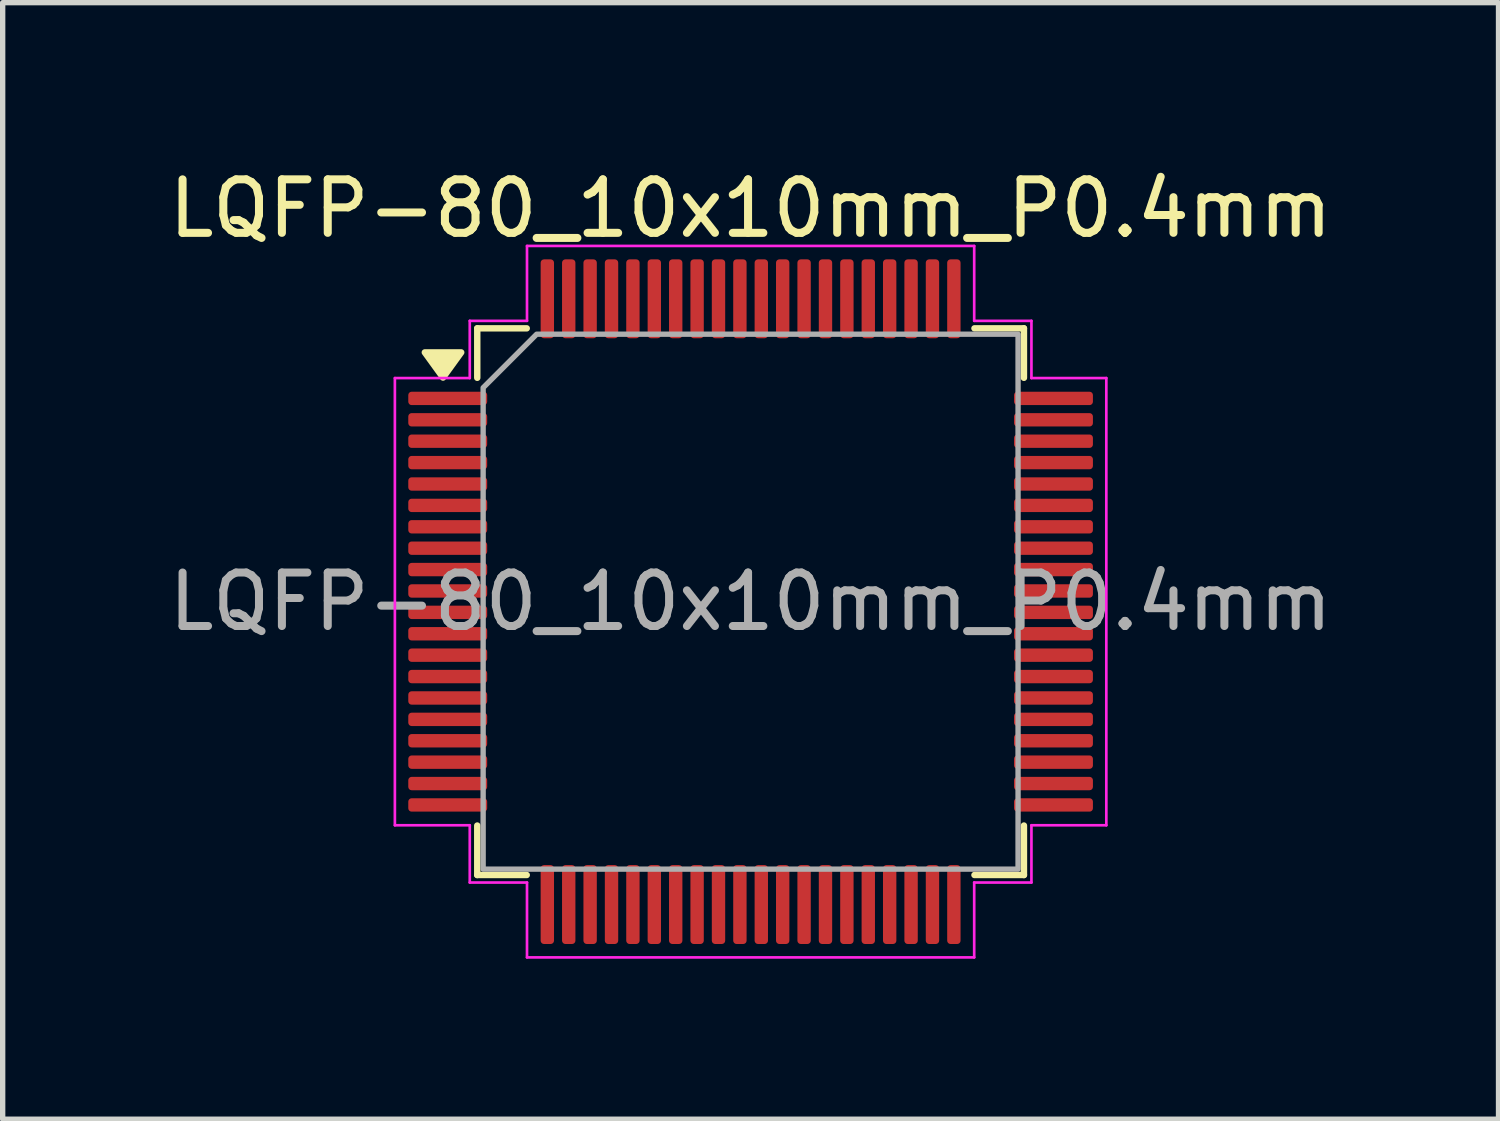
<source format=kicad_pcb>
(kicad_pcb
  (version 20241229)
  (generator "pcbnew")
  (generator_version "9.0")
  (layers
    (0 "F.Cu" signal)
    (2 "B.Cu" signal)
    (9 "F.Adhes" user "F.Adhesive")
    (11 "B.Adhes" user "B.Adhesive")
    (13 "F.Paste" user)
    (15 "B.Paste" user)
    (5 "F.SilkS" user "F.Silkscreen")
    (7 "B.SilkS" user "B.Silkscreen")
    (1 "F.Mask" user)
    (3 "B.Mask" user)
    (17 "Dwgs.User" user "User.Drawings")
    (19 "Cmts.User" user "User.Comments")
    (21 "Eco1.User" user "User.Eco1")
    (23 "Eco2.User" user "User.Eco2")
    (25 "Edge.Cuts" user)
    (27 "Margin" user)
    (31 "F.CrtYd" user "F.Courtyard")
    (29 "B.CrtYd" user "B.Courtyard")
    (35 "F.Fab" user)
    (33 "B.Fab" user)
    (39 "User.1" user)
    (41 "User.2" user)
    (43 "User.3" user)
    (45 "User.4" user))
  (footprint "LQFP-80_10x10mm_P0.4mm"
    (layer "F.Cu")
    (at 10.982 8.198)
    (property "Reference" "LQFP-80_10x10mm_P0.4mm" (at 0 -7.35 0) (layer "F.SilkS") (effects (font (size 1 1) (thickness 0.15))))
    (attr smd)
    (fp_line (start -5.11 -5.11) (end -4.185 -5.11) (stroke (width 0.12) (type solid)) (layer "F.SilkS"))
    (fp_line (start -5.11 -4.185) (end -5.11 -5.11) (stroke (width 0.12) (type solid)) (layer "F.SilkS"))
    (fp_line (start -5.11 5.11) (end -5.11 4.185) (stroke (width 0.12) (type solid)) (layer "F.SilkS"))
    (fp_line (start -4.185 5.11) (end -5.11 5.11) (stroke (width 0.12) (type solid)) (layer "F.SilkS"))
    (fp_line (start 4.185 -5.11) (end 5.11 -5.11) (stroke (width 0.12) (type solid)) (layer "F.SilkS"))
    (fp_line (start 5.11 -5.11) (end 5.11 -4.185) (stroke (width 0.12) (type solid)) (layer "F.SilkS"))
    (fp_line (start 5.11 4.185) (end 5.11 5.11) (stroke (width 0.12) (type solid)) (layer "F.SilkS"))
    (fp_line (start 5.11 5.11) (end 4.185 5.11) (stroke (width 0.12) (type solid)) (layer "F.SilkS"))
    (fp_poly (pts (xy -5.75 -4.19) (xy -6.09 -4.66) (xy -5.41 -4.66)) (stroke (width 0.12) (type solid)) (fill yes) (layer "F.SilkS"))
    (fp_line (start -6.65 -4.18) (end -5.25 -4.18) (stroke (width 0.05) (type solid)) (layer "F.CrtYd"))
    (fp_line (start -6.65 4.18) (end -6.65 -4.18) (stroke (width 0.05) (type solid)) (layer "F.CrtYd"))
    (fp_line (start -5.25 -5.25) (end -4.18 -5.25) (stroke (width 0.05) (type solid)) (layer "F.CrtYd"))
    (fp_line (start -5.25 -4.18) (end -5.25 -5.25) (stroke (width 0.05) (type solid)) (layer "F.CrtYd"))
    (fp_line (start -5.25 4.18) (end -6.65 4.18) (stroke (width 0.05) (type solid)) (layer "F.CrtYd"))
    (fp_line (start -5.25 5.25) (end -5.25 4.18) (stroke (width 0.05) (type solid)) (layer "F.CrtYd"))
    (fp_line (start -4.18 -6.65) (end 4.18 -6.65) (stroke (width 0.05) (type solid)) (layer "F.CrtYd"))
    (fp_line (start -4.18 -5.25) (end -4.18 -6.65) (stroke (width 0.05) (type solid)) (layer "F.CrtYd"))
    (fp_line (start -4.18 5.25) (end -5.25 5.25) (stroke (width 0.05) (type solid)) (layer "F.CrtYd"))
    (fp_line (start -4.18 6.65) (end -4.18 5.25) (stroke (width 0.05) (type solid)) (layer "F.CrtYd"))
    (fp_line (start 4.18 -6.65) (end 4.18 -5.25) (stroke (width 0.05) (type solid)) (layer "F.CrtYd"))
    (fp_line (start 4.18 -5.25) (end 5.25 -5.25) (stroke (width 0.05) (type solid)) (layer "F.CrtYd"))
    (fp_line (start 4.18 5.25) (end 4.18 6.65) (stroke (width 0.05) (type solid)) (layer "F.CrtYd"))
    (fp_line (start 4.18 6.65) (end -4.18 6.65) (stroke (width 0.05) (type solid)) (layer "F.CrtYd"))
    (fp_line (start 5.25 -5.25) (end 5.25 -4.18) (stroke (width 0.05) (type solid)) (layer "F.CrtYd"))
    (fp_line (start 5.25 -4.18) (end 6.65 -4.18) (stroke (width 0.05) (type solid)) (layer "F.CrtYd"))
    (fp_line (start 5.25 4.18) (end 5.25 5.25) (stroke (width 0.05) (type solid)) (layer "F.CrtYd"))
    (fp_line (start 5.25 5.25) (end 4.18 5.25) (stroke (width 0.05) (type solid)) (layer "F.CrtYd"))
    (fp_line (start 6.65 -4.18) (end 6.65 4.18) (stroke (width 0.05) (type solid)) (layer "F.CrtYd"))
    (fp_line (start 6.65 4.18) (end 5.25 4.18) (stroke (width 0.05) (type solid)) (layer "F.CrtYd"))
    (fp_poly (pts (xy -5 -4) (xy -5 5) (xy 5 5) (xy 5 -5) (xy -4 -5)) (stroke (width 0.1) (type solid)) (fill no) (layer "F.Fab"))
    (fp_text user "${REFERENCE}" (at 0 0 0) (layer "F.Fab") (effects (font (size 1 1) (thickness 0.15))))
    (pad "1" smd roundrect (at -5.662 -3.8) (size 1.475 0.25) (layers "F.Cu" "F.Mask" "F.Paste") (roundrect_rratio 0.25))
    (pad "2" smd roundrect (at -5.662 -3.4) (size 1.475 0.25) (layers "F.Cu" "F.Mask" "F.Paste") (roundrect_rratio 0.25))
    (pad "3" smd roundrect (at -5.662 -3) (size 1.475 0.25) (layers "F.Cu" "F.Mask" "F.Paste") (roundrect_rratio 0.25))
    (pad "4" smd roundrect (at -5.662 -2.6) (size 1.475 0.25) (layers "F.Cu" "F.Mask" "F.Paste") (roundrect_rratio 0.25))
    (pad "5" smd roundrect (at -5.662 -2.2) (size 1.475 0.25) (layers "F.Cu" "F.Mask" "F.Paste") (roundrect_rratio 0.25))
    (pad "6" smd roundrect (at -5.662 -1.8) (size 1.475 0.25) (layers "F.Cu" "F.Mask" "F.Paste") (roundrect_rratio 0.25))
    (pad "7" smd roundrect (at -5.662 -1.4) (size 1.475 0.25) (layers "F.Cu" "F.Mask" "F.Paste") (roundrect_rratio 0.25))
    (pad "8" smd roundrect (at -5.662 -1) (size 1.475 0.25) (layers "F.Cu" "F.Mask" "F.Paste") (roundrect_rratio 0.25))
    (pad "9" smd roundrect (at -5.662 -0.6) (size 1.475 0.25) (layers "F.Cu" "F.Mask" "F.Paste") (roundrect_rratio 0.25))
    (pad "10" smd roundrect (at -5.662 -0.2) (size 1.475 0.25) (layers "F.Cu" "F.Mask" "F.Paste") (roundrect_rratio 0.25))
    (pad "11" smd roundrect (at -5.662 0.2) (size 1.475 0.25) (layers "F.Cu" "F.Mask" "F.Paste") (roundrect_rratio 0.25))
    (pad "12" smd roundrect (at -5.662 0.6) (size 1.475 0.25) (layers "F.Cu" "F.Mask" "F.Paste") (roundrect_rratio 0.25))
    (pad "13" smd roundrect (at -5.662 1) (size 1.475 0.25) (layers "F.Cu" "F.Mask" "F.Paste") (roundrect_rratio 0.25))
    (pad "14" smd roundrect (at -5.662 1.4) (size 1.475 0.25) (layers "F.Cu" "F.Mask" "F.Paste") (roundrect_rratio 0.25))
    (pad "15" smd roundrect (at -5.662 1.8) (size 1.475 0.25) (layers "F.Cu" "F.Mask" "F.Paste") (roundrect_rratio 0.25))
    (pad "16" smd roundrect (at -5.662 2.2) (size 1.475 0.25) (layers "F.Cu" "F.Mask" "F.Paste") (roundrect_rratio 0.25))
    (pad "17" smd roundrect (at -5.662 2.6) (size 1.475 0.25) (layers "F.Cu" "F.Mask" "F.Paste") (roundrect_rratio 0.25))
    (pad "18" smd roundrect (at -5.662 3) (size 1.475 0.25) (layers "F.Cu" "F.Mask" "F.Paste") (roundrect_rratio 0.25))
    (pad "19" smd roundrect (at -5.662 3.4) (size 1.475 0.25) (layers "F.Cu" "F.Mask" "F.Paste") (roundrect_rratio 0.25))
    (pad "20" smd roundrect (at -5.662 3.8) (size 1.475 0.25) (layers "F.Cu" "F.Mask" "F.Paste") (roundrect_rratio 0.25))
    (pad "21" smd roundrect (at -3.8 5.662) (size 0.25 1.475) (layers "F.Cu" "F.Mask" "F.Paste") (roundrect_rratio 0.25))
    (pad "22" smd roundrect (at -3.4 5.662) (size 0.25 1.475) (layers "F.Cu" "F.Mask" "F.Paste") (roundrect_rratio 0.25))
    (pad "23" smd roundrect (at -3 5.662) (size 0.25 1.475) (layers "F.Cu" "F.Mask" "F.Paste") (roundrect_rratio 0.25))
    (pad "24" smd roundrect (at -2.6 5.662) (size 0.25 1.475) (layers "F.Cu" "F.Mask" "F.Paste") (roundrect_rratio 0.25))
    (pad "25" smd roundrect (at -2.2 5.662) (size 0.25 1.475) (layers "F.Cu" "F.Mask" "F.Paste") (roundrect_rratio 0.25))
    (pad "26" smd roundrect (at -1.8 5.662) (size 0.25 1.475) (layers "F.Cu" "F.Mask" "F.Paste") (roundrect_rratio 0.25))
    (pad "27" smd roundrect (at -1.4 5.662) (size 0.25 1.475) (layers "F.Cu" "F.Mask" "F.Paste") (roundrect_rratio 0.25))
    (pad "28" smd roundrect (at -1 5.662) (size 0.25 1.475) (layers "F.Cu" "F.Mask" "F.Paste") (roundrect_rratio 0.25))
    (pad "29" smd roundrect (at -0.6 5.662) (size 0.25 1.475) (layers "F.Cu" "F.Mask" "F.Paste") (roundrect_rratio 0.25))
    (pad "30" smd roundrect (at -0.2 5.662) (size 0.25 1.475) (layers "F.Cu" "F.Mask" "F.Paste") (roundrect_rratio 0.25))
    (pad "31" smd roundrect (at 0.2 5.662) (size 0.25 1.475) (layers "F.Cu" "F.Mask" "F.Paste") (roundrect_rratio 0.25))
    (pad "32" smd roundrect (at 0.6 5.662) (size 0.25 1.475) (layers "F.Cu" "F.Mask" "F.Paste") (roundrect_rratio 0.25))
    (pad "33" smd roundrect (at 1 5.662) (size 0.25 1.475) (layers "F.Cu" "F.Mask" "F.Paste") (roundrect_rratio 0.25))
    (pad "34" smd roundrect (at 1.4 5.662) (size 0.25 1.475) (layers "F.Cu" "F.Mask" "F.Paste") (roundrect_rratio 0.25))
    (pad "35" smd roundrect (at 1.8 5.662) (size 0.25 1.475) (layers "F.Cu" "F.Mask" "F.Paste") (roundrect_rratio 0.25))
    (pad "36" smd roundrect (at 2.2 5.662) (size 0.25 1.475) (layers "F.Cu" "F.Mask" "F.Paste") (roundrect_rratio 0.25))
    (pad "37" smd roundrect (at 2.6 5.662) (size 0.25 1.475) (layers "F.Cu" "F.Mask" "F.Paste") (roundrect_rratio 0.25))
    (pad "38" smd roundrect (at 3 5.662) (size 0.25 1.475) (layers "F.Cu" "F.Mask" "F.Paste") (roundrect_rratio 0.25))
    (pad "39" smd roundrect (at 3.4 5.662) (size 0.25 1.475) (layers "F.Cu" "F.Mask" "F.Paste") (roundrect_rratio 0.25))
    (pad "40" smd roundrect (at 3.8 5.662) (size 0.25 1.475) (layers "F.Cu" "F.Mask" "F.Paste") (roundrect_rratio 0.25))
    (pad "41" smd roundrect (at 5.662 3.8) (size 1.475 0.25) (layers "F.Cu" "F.Mask" "F.Paste") (roundrect_rratio 0.25))
    (pad "42" smd roundrect (at 5.662 3.4) (size 1.475 0.25) (layers "F.Cu" "F.Mask" "F.Paste") (roundrect_rratio 0.25))
    (pad "43" smd roundrect (at 5.662 3) (size 1.475 0.25) (layers "F.Cu" "F.Mask" "F.Paste") (roundrect_rratio 0.25))
    (pad "44" smd roundrect (at 5.662 2.6) (size 1.475 0.25) (layers "F.Cu" "F.Mask" "F.Paste") (roundrect_rratio 0.25))
    (pad "45" smd roundrect (at 5.662 2.2) (size 1.475 0.25) (layers "F.Cu" "F.Mask" "F.Paste") (roundrect_rratio 0.25))
    (pad "46" smd roundrect (at 5.662 1.8) (size 1.475 0.25) (layers "F.Cu" "F.Mask" "F.Paste") (roundrect_rratio 0.25))
    (pad "47" smd roundrect (at 5.662 1.4) (size 1.475 0.25) (layers "F.Cu" "F.Mask" "F.Paste") (roundrect_rratio 0.25))
    (pad "48" smd roundrect (at 5.662 1) (size 1.475 0.25) (layers "F.Cu" "F.Mask" "F.Paste") (roundrect_rratio 0.25))
    (pad "49" smd roundrect (at 5.662 0.6) (size 1.475 0.25) (layers "F.Cu" "F.Mask" "F.Paste") (roundrect_rratio 0.25))
    (pad "50" smd roundrect (at 5.662 0.2) (size 1.475 0.25) (layers "F.Cu" "F.Mask" "F.Paste") (roundrect_rratio 0.25))
    (pad "51" smd roundrect (at 5.662 -0.2) (size 1.475 0.25) (layers "F.Cu" "F.Mask" "F.Paste") (roundrect_rratio 0.25))
    (pad "52" smd roundrect (at 5.662 -0.6) (size 1.475 0.25) (layers "F.Cu" "F.Mask" "F.Paste") (roundrect_rratio 0.25))
    (pad "53" smd roundrect (at 5.662 -1) (size 1.475 0.25) (layers "F.Cu" "F.Mask" "F.Paste") (roundrect_rratio 0.25))
    (pad "54" smd roundrect (at 5.662 -1.4) (size 1.475 0.25) (layers "F.Cu" "F.Mask" "F.Paste") (roundrect_rratio 0.25))
    (pad "55" smd roundrect (at 5.662 -1.8) (size 1.475 0.25) (layers "F.Cu" "F.Mask" "F.Paste") (roundrect_rratio 0.25))
    (pad "56" smd roundrect (at 5.662 -2.2) (size 1.475 0.25) (layers "F.Cu" "F.Mask" "F.Paste") (roundrect_rratio 0.25))
    (pad "57" smd roundrect (at 5.662 -2.6) (size 1.475 0.25) (layers "F.Cu" "F.Mask" "F.Paste") (roundrect_rratio 0.25))
    (pad "58" smd roundrect (at 5.662 -3) (size 1.475 0.25) (layers "F.Cu" "F.Mask" "F.Paste") (roundrect_rratio 0.25))
    (pad "59" smd roundrect (at 5.662 -3.4) (size 1.475 0.25) (layers "F.Cu" "F.Mask" "F.Paste") (roundrect_rratio 0.25))
    (pad "60" smd roundrect (at 5.662 -3.8) (size 1.475 0.25) (layers "F.Cu" "F.Mask" "F.Paste") (roundrect_rratio 0.25))
    (pad "61" smd roundrect (at 3.8 -5.662) (size 0.25 1.475) (layers "F.Cu" "F.Mask" "F.Paste") (roundrect_rratio 0.25))
    (pad "62" smd roundrect (at 3.4 -5.662) (size 0.25 1.475) (layers "F.Cu" "F.Mask" "F.Paste") (roundrect_rratio 0.25))
    (pad "63" smd roundrect (at 3 -5.662) (size 0.25 1.475) (layers "F.Cu" "F.Mask" "F.Paste") (roundrect_rratio 0.25))
    (pad "64" smd roundrect (at 2.6 -5.662) (size 0.25 1.475) (layers "F.Cu" "F.Mask" "F.Paste") (roundrect_rratio 0.25))
    (pad "65" smd roundrect (at 2.2 -5.662) (size 0.25 1.475) (layers "F.Cu" "F.Mask" "F.Paste") (roundrect_rratio 0.25))
    (pad "66" smd roundrect (at 1.8 -5.662) (size 0.25 1.475) (layers "F.Cu" "F.Mask" "F.Paste") (roundrect_rratio 0.25))
    (pad "67" smd roundrect (at 1.4 -5.662) (size 0.25 1.475) (layers "F.Cu" "F.Mask" "F.Paste") (roundrect_rratio 0.25))
    (pad "68" smd roundrect (at 1 -5.662) (size 0.25 1.475) (layers "F.Cu" "F.Mask" "F.Paste") (roundrect_rratio 0.25))
    (pad "69" smd roundrect (at 0.6 -5.662) (size 0.25 1.475) (layers "F.Cu" "F.Mask" "F.Paste") (roundrect_rratio 0.25))
    (pad "70" smd roundrect (at 0.2 -5.662) (size 0.25 1.475) (layers "F.Cu" "F.Mask" "F.Paste") (roundrect_rratio 0.25))
    (pad "71" smd roundrect (at -0.2 -5.662) (size 0.25 1.475) (layers "F.Cu" "F.Mask" "F.Paste") (roundrect_rratio 0.25))
    (pad "72" smd roundrect (at -0.6 -5.662) (size 0.25 1.475) (layers "F.Cu" "F.Mask" "F.Paste") (roundrect_rratio 0.25))
    (pad "73" smd roundrect (at -1 -5.662) (size 0.25 1.475) (layers "F.Cu" "F.Mask" "F.Paste") (roundrect_rratio 0.25))
    (pad "74" smd roundrect (at -1.4 -5.662) (size 0.25 1.475) (layers "F.Cu" "F.Mask" "F.Paste") (roundrect_rratio 0.25))
    (pad "75" smd roundrect (at -1.8 -5.662) (size 0.25 1.475) (layers "F.Cu" "F.Mask" "F.Paste") (roundrect_rratio 0.25))
    (pad "76" smd roundrect (at -2.2 -5.662) (size 0.25 1.475) (layers "F.Cu" "F.Mask" "F.Paste") (roundrect_rratio 0.25))
    (pad "77" smd roundrect (at -2.6 -5.662) (size 0.25 1.475) (layers "F.Cu" "F.Mask" "F.Paste") (roundrect_rratio 0.25))
    (pad "78" smd roundrect (at -3 -5.662) (size 0.25 1.475) (layers "F.Cu" "F.Mask" "F.Paste") (roundrect_rratio 0.25))
    (pad "79" smd roundrect (at -3.4 -5.662) (size 0.25 1.475) (layers "F.Cu" "F.Mask" "F.Paste") (roundrect_rratio 0.25))
    (pad "80" smd roundrect (at -3.8 -5.662) (size 0.25 1.475) (layers "F.Cu" "F.Mask" "F.Paste") (roundrect_rratio 0.25)))
  (gr_rect
    (start -3 -3)
    (end 24.964 17.873)
    (stroke (width 0.1) (type default))
    (fill no)
    (layer "Edge.Cuts")))
</source>
